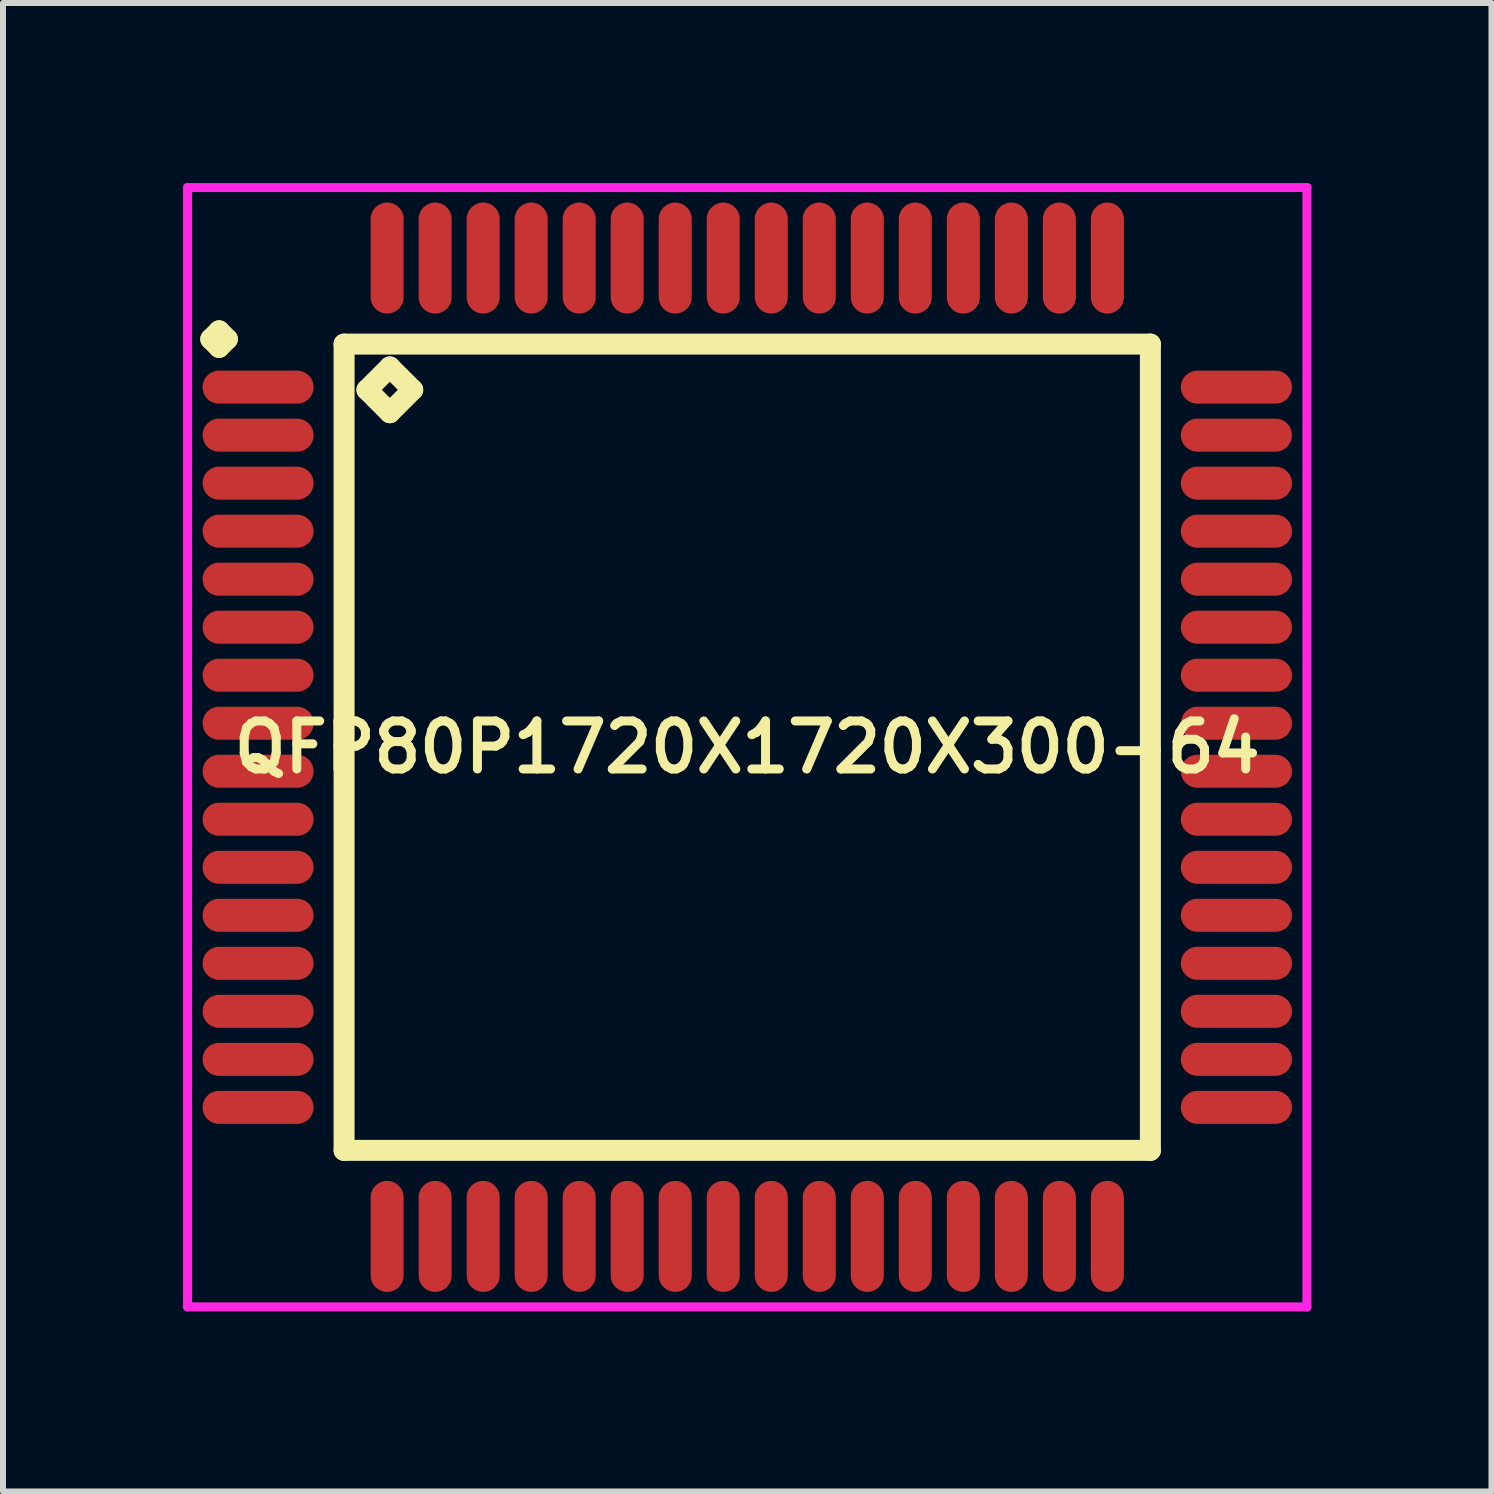
<source format=kicad_pcb>
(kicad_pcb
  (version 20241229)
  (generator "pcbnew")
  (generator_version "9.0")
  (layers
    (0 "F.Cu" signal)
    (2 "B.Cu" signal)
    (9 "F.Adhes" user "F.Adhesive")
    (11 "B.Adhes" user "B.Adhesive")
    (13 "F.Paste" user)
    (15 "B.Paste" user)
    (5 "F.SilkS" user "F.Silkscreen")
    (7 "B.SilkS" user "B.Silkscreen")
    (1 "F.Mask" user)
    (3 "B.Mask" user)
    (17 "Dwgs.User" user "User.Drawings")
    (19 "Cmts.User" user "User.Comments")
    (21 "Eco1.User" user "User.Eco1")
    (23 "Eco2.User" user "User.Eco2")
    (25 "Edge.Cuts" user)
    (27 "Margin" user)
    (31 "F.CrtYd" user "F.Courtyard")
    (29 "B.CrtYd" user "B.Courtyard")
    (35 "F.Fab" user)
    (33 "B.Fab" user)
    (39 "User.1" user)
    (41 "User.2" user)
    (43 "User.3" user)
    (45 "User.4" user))
  (footprint "QFP80P1720X1720X300-64"
    (layer "F.Cu")
    (at 9.4 9.4)
    (property "Reference" "QFP80P1720X1720X300-64" (at 0 0 0) (layer "F.SilkS") (effects (font (size 0.8 0.8) (thickness 0.15))))
    (attr through_hole)
    (fp_line (start -8.938 -6.8) (end -8.8 -6.938) (stroke (width 0.35) (type solid)) (layer "F.SilkS"))
    (fp_line (start -8.8 -6.938) (end -8.662 -6.8) (stroke (width 0.35) (type solid)) (layer "F.SilkS"))
    (fp_line (start -8.8 -6.662) (end -8.938 -6.8) (stroke (width 0.35) (type solid)) (layer "F.SilkS"))
    (fp_line (start -8.662 -6.8) (end -8.8 -6.662) (stroke (width 0.35) (type solid)) (layer "F.SilkS"))
    (fp_line (start -6.717 -6.717) (end -6.717 6.717) (stroke (width 0.35) (type solid)) (layer "F.SilkS"))
    (fp_line (start -6.717 6.717) (end 6.717 6.717) (stroke (width 0.35) (type solid)) (layer "F.SilkS"))
    (fp_line (start -6.336 -5.955) (end -5.955 -6.336) (stroke (width 0.35) (type solid)) (layer "F.SilkS"))
    (fp_line (start -5.955 -6.336) (end -5.574 -5.955) (stroke (width 0.35) (type solid)) (layer "F.SilkS"))
    (fp_line (start -5.955 -5.574) (end -6.336 -5.955) (stroke (width 0.35) (type solid)) (layer "F.SilkS"))
    (fp_line (start -5.574 -5.955) (end -5.955 -5.574) (stroke (width 0.35) (type solid)) (layer "F.SilkS"))
    (fp_line (start 6.717 -6.717) (end -6.717 -6.717) (stroke (width 0.35) (type solid)) (layer "F.SilkS"))
    (fp_line (start 6.717 6.717) (end 6.717 -6.717) (stroke (width 0.35) (type solid)) (layer "F.SilkS"))
    (fp_line (start -9.325 -9.325) (end 9.325 -9.325) (stroke (width 0.15) (type solid)) (layer "F.CrtYd"))
    (fp_line (start -9.325 9.325) (end -9.325 -9.325) (stroke (width 0.15) (type solid)) (layer "F.CrtYd"))
    (fp_line (start 9.325 -9.325) (end 9.325 9.325) (stroke (width 0.15) (type solid)) (layer "F.CrtYd"))
    (fp_line (start 9.325 9.325) (end -9.325 9.325) (stroke (width 0.15) (type solid)) (layer "F.CrtYd"))
    (pad "1" smd oval (at -8.15 -6) (size 1.85 0.55) (layers "F.Cu" "F.Mask" "F.Paste"))
    (pad "2" smd oval (at -8.15 -5.2) (size 1.85 0.55) (layers "F.Cu" "F.Mask" "F.Paste"))
    (pad "3" smd oval (at -8.15 -4.4) (size 1.85 0.55) (layers "F.Cu" "F.Mask" "F.Paste"))
    (pad "4" smd oval (at -8.15 -3.6) (size 1.85 0.55) (layers "F.Cu" "F.Mask" "F.Paste"))
    (pad "5" smd oval (at -8.15 -2.8) (size 1.85 0.55) (layers "F.Cu" "F.Mask" "F.Paste"))
    (pad "6" smd oval (at -8.15 -2) (size 1.85 0.55) (layers "F.Cu" "F.Mask" "F.Paste"))
    (pad "7" smd oval (at -8.15 -1.2) (size 1.85 0.55) (layers "F.Cu" "F.Mask" "F.Paste"))
    (pad "8" smd oval (at -8.15 -0.4) (size 1.85 0.55) (layers "F.Cu" "F.Mask" "F.Paste"))
    (pad "9" smd oval (at -8.15 0.4) (size 1.85 0.55) (layers "F.Cu" "F.Mask" "F.Paste"))
    (pad "10" smd oval (at -8.15 1.2) (size 1.85 0.55) (layers "F.Cu" "F.Mask" "F.Paste"))
    (pad "11" smd oval (at -8.15 2) (size 1.85 0.55) (layers "F.Cu" "F.Mask" "F.Paste"))
    (pad "12" smd oval (at -8.15 2.8) (size 1.85 0.55) (layers "F.Cu" "F.Mask" "F.Paste"))
    (pad "13" smd oval (at -8.15 3.6) (size 1.85 0.55) (layers "F.Cu" "F.Mask" "F.Paste"))
    (pad "14" smd oval (at -8.15 4.4) (size 1.85 0.55) (layers "F.Cu" "F.Mask" "F.Paste"))
    (pad "15" smd oval (at -8.15 5.2) (size 1.85 0.55) (layers "F.Cu" "F.Mask" "F.Paste"))
    (pad "16" smd oval (at -8.15 6) (size 1.85 0.55) (layers "F.Cu" "F.Mask" "F.Paste"))
    (pad "17" smd oval (at -6 8.15) (size 0.55 1.85) (layers "F.Cu" "F.Mask" "F.Paste"))
    (pad "18" smd oval (at -5.2 8.15) (size 0.55 1.85) (layers "F.Cu" "F.Mask" "F.Paste"))
    (pad "19" smd oval (at -4.4 8.15) (size 0.55 1.85) (layers "F.Cu" "F.Mask" "F.Paste"))
    (pad "20" smd oval (at -3.6 8.15) (size 0.55 1.85) (layers "F.Cu" "F.Mask" "F.Paste"))
    (pad "21" smd oval (at -2.8 8.15) (size 0.55 1.85) (layers "F.Cu" "F.Mask" "F.Paste"))
    (pad "22" smd oval (at -2 8.15) (size 0.55 1.85) (layers "F.Cu" "F.Mask" "F.Paste"))
    (pad "23" smd oval (at -1.2 8.15) (size 0.55 1.85) (layers "F.Cu" "F.Mask" "F.Paste"))
    (pad "24" smd oval (at -0.4 8.15) (size 0.55 1.85) (layers "F.Cu" "F.Mask" "F.Paste"))
    (pad "25" smd oval (at 0.4 8.15) (size 0.55 1.85) (layers "F.Cu" "F.Mask" "F.Paste"))
    (pad "26" smd oval (at 1.2 8.15) (size 0.55 1.85) (layers "F.Cu" "F.Mask" "F.Paste"))
    (pad "27" smd oval (at 2 8.15) (size 0.55 1.85) (layers "F.Cu" "F.Mask" "F.Paste"))
    (pad "28" smd oval (at 2.8 8.15) (size 0.55 1.85) (layers "F.Cu" "F.Mask" "F.Paste"))
    (pad "29" smd oval (at 3.6 8.15) (size 0.55 1.85) (layers "F.Cu" "F.Mask" "F.Paste"))
    (pad "30" smd oval (at 4.4 8.15) (size 0.55 1.85) (layers "F.Cu" "F.Mask" "F.Paste"))
    (pad "31" smd oval (at 5.2 8.15) (size 0.55 1.85) (layers "F.Cu" "F.Mask" "F.Paste"))
    (pad "32" smd oval (at 6 8.15) (size 0.55 1.85) (layers "F.Cu" "F.Mask" "F.Paste"))
    (pad "33" smd oval (at 8.15 6) (size 1.85 0.55) (layers "F.Cu" "F.Mask" "F.Paste"))
    (pad "34" smd oval (at 8.15 5.2) (size 1.85 0.55) (layers "F.Cu" "F.Mask" "F.Paste"))
    (pad "35" smd oval (at 8.15 4.4) (size 1.85 0.55) (layers "F.Cu" "F.Mask" "F.Paste"))
    (pad "36" smd oval (at 8.15 3.6) (size 1.85 0.55) (layers "F.Cu" "F.Mask" "F.Paste"))
    (pad "37" smd oval (at 8.15 2.8) (size 1.85 0.55) (layers "F.Cu" "F.Mask" "F.Paste"))
    (pad "38" smd oval (at 8.15 2) (size 1.85 0.55) (layers "F.Cu" "F.Mask" "F.Paste"))
    (pad "39" smd oval (at 8.15 1.2) (size 1.85 0.55) (layers "F.Cu" "F.Mask" "F.Paste"))
    (pad "40" smd oval (at 8.15 0.4) (size 1.85 0.55) (layers "F.Cu" "F.Mask" "F.Paste"))
    (pad "41" smd oval (at 8.15 -0.4) (size 1.85 0.55) (layers "F.Cu" "F.Mask" "F.Paste"))
    (pad "42" smd oval (at 8.15 -1.2) (size 1.85 0.55) (layers "F.Cu" "F.Mask" "F.Paste"))
    (pad "43" smd oval (at 8.15 -2) (size 1.85 0.55) (layers "F.Cu" "F.Mask" "F.Paste"))
    (pad "44" smd oval (at 8.15 -2.8) (size 1.85 0.55) (layers "F.Cu" "F.Mask" "F.Paste"))
    (pad "45" smd oval (at 8.15 -3.6) (size 1.85 0.55) (layers "F.Cu" "F.Mask" "F.Paste"))
    (pad "46" smd oval (at 8.15 -4.4) (size 1.85 0.55) (layers "F.Cu" "F.Mask" "F.Paste"))
    (pad "47" smd oval (at 8.15 -5.2) (size 1.85 0.55) (layers "F.Cu" "F.Mask" "F.Paste"))
    (pad "48" smd oval (at 8.15 -6) (size 1.85 0.55) (layers "F.Cu" "F.Mask" "F.Paste"))
    (pad "49" smd oval (at 6 -8.15) (size 0.55 1.85) (layers "F.Cu" "F.Mask" "F.Paste"))
    (pad "50" smd oval (at 5.2 -8.15) (size 0.55 1.85) (layers "F.Cu" "F.Mask" "F.Paste"))
    (pad "51" smd oval (at 4.4 -8.15) (size 0.55 1.85) (layers "F.Cu" "F.Mask" "F.Paste"))
    (pad "52" smd oval (at 3.6 -8.15) (size 0.55 1.85) (layers "F.Cu" "F.Mask" "F.Paste"))
    (pad "53" smd oval (at 2.8 -8.15) (size 0.55 1.85) (layers "F.Cu" "F.Mask" "F.Paste"))
    (pad "54" smd oval (at 2 -8.15) (size 0.55 1.85) (layers "F.Cu" "F.Mask" "F.Paste"))
    (pad "55" smd oval (at 1.2 -8.15) (size 0.55 1.85) (layers "F.Cu" "F.Mask" "F.Paste"))
    (pad "56" smd oval (at 0.4 -8.15) (size 0.55 1.85) (layers "F.Cu" "F.Mask" "F.Paste"))
    (pad "57" smd oval (at -0.4 -8.15) (size 0.55 1.85) (layers "F.Cu" "F.Mask" "F.Paste"))
    (pad "58" smd oval (at -1.2 -8.15) (size 0.55 1.85) (layers "F.Cu" "F.Mask" "F.Paste"))
    (pad "59" smd oval (at -2 -8.15) (size 0.55 1.85) (layers "F.Cu" "F.Mask" "F.Paste"))
    (pad "60" smd oval (at -2.8 -8.15) (size 0.55 1.85) (layers "F.Cu" "F.Mask" "F.Paste"))
    (pad "61" smd oval (at -3.6 -8.15) (size 0.55 1.85) (layers "F.Cu" "F.Mask" "F.Paste"))
    (pad "62" smd oval (at -4.4 -8.15) (size 0.55 1.85) (layers "F.Cu" "F.Mask" "F.Paste"))
    (pad "63" smd oval (at -5.2 -8.15) (size 0.55 1.85) (layers "F.Cu" "F.Mask" "F.Paste"))
    (pad "64" smd oval (at -6 -8.15) (size 0.55 1.85) (layers "F.Cu" "F.Mask" "F.Paste")))
  (gr_rect
    (start -3 -3)
    (end 21.8 21.8)
    (stroke (width 0.1) (type default))
    (fill no)
    (layer "Edge.Cuts")))
</source>
